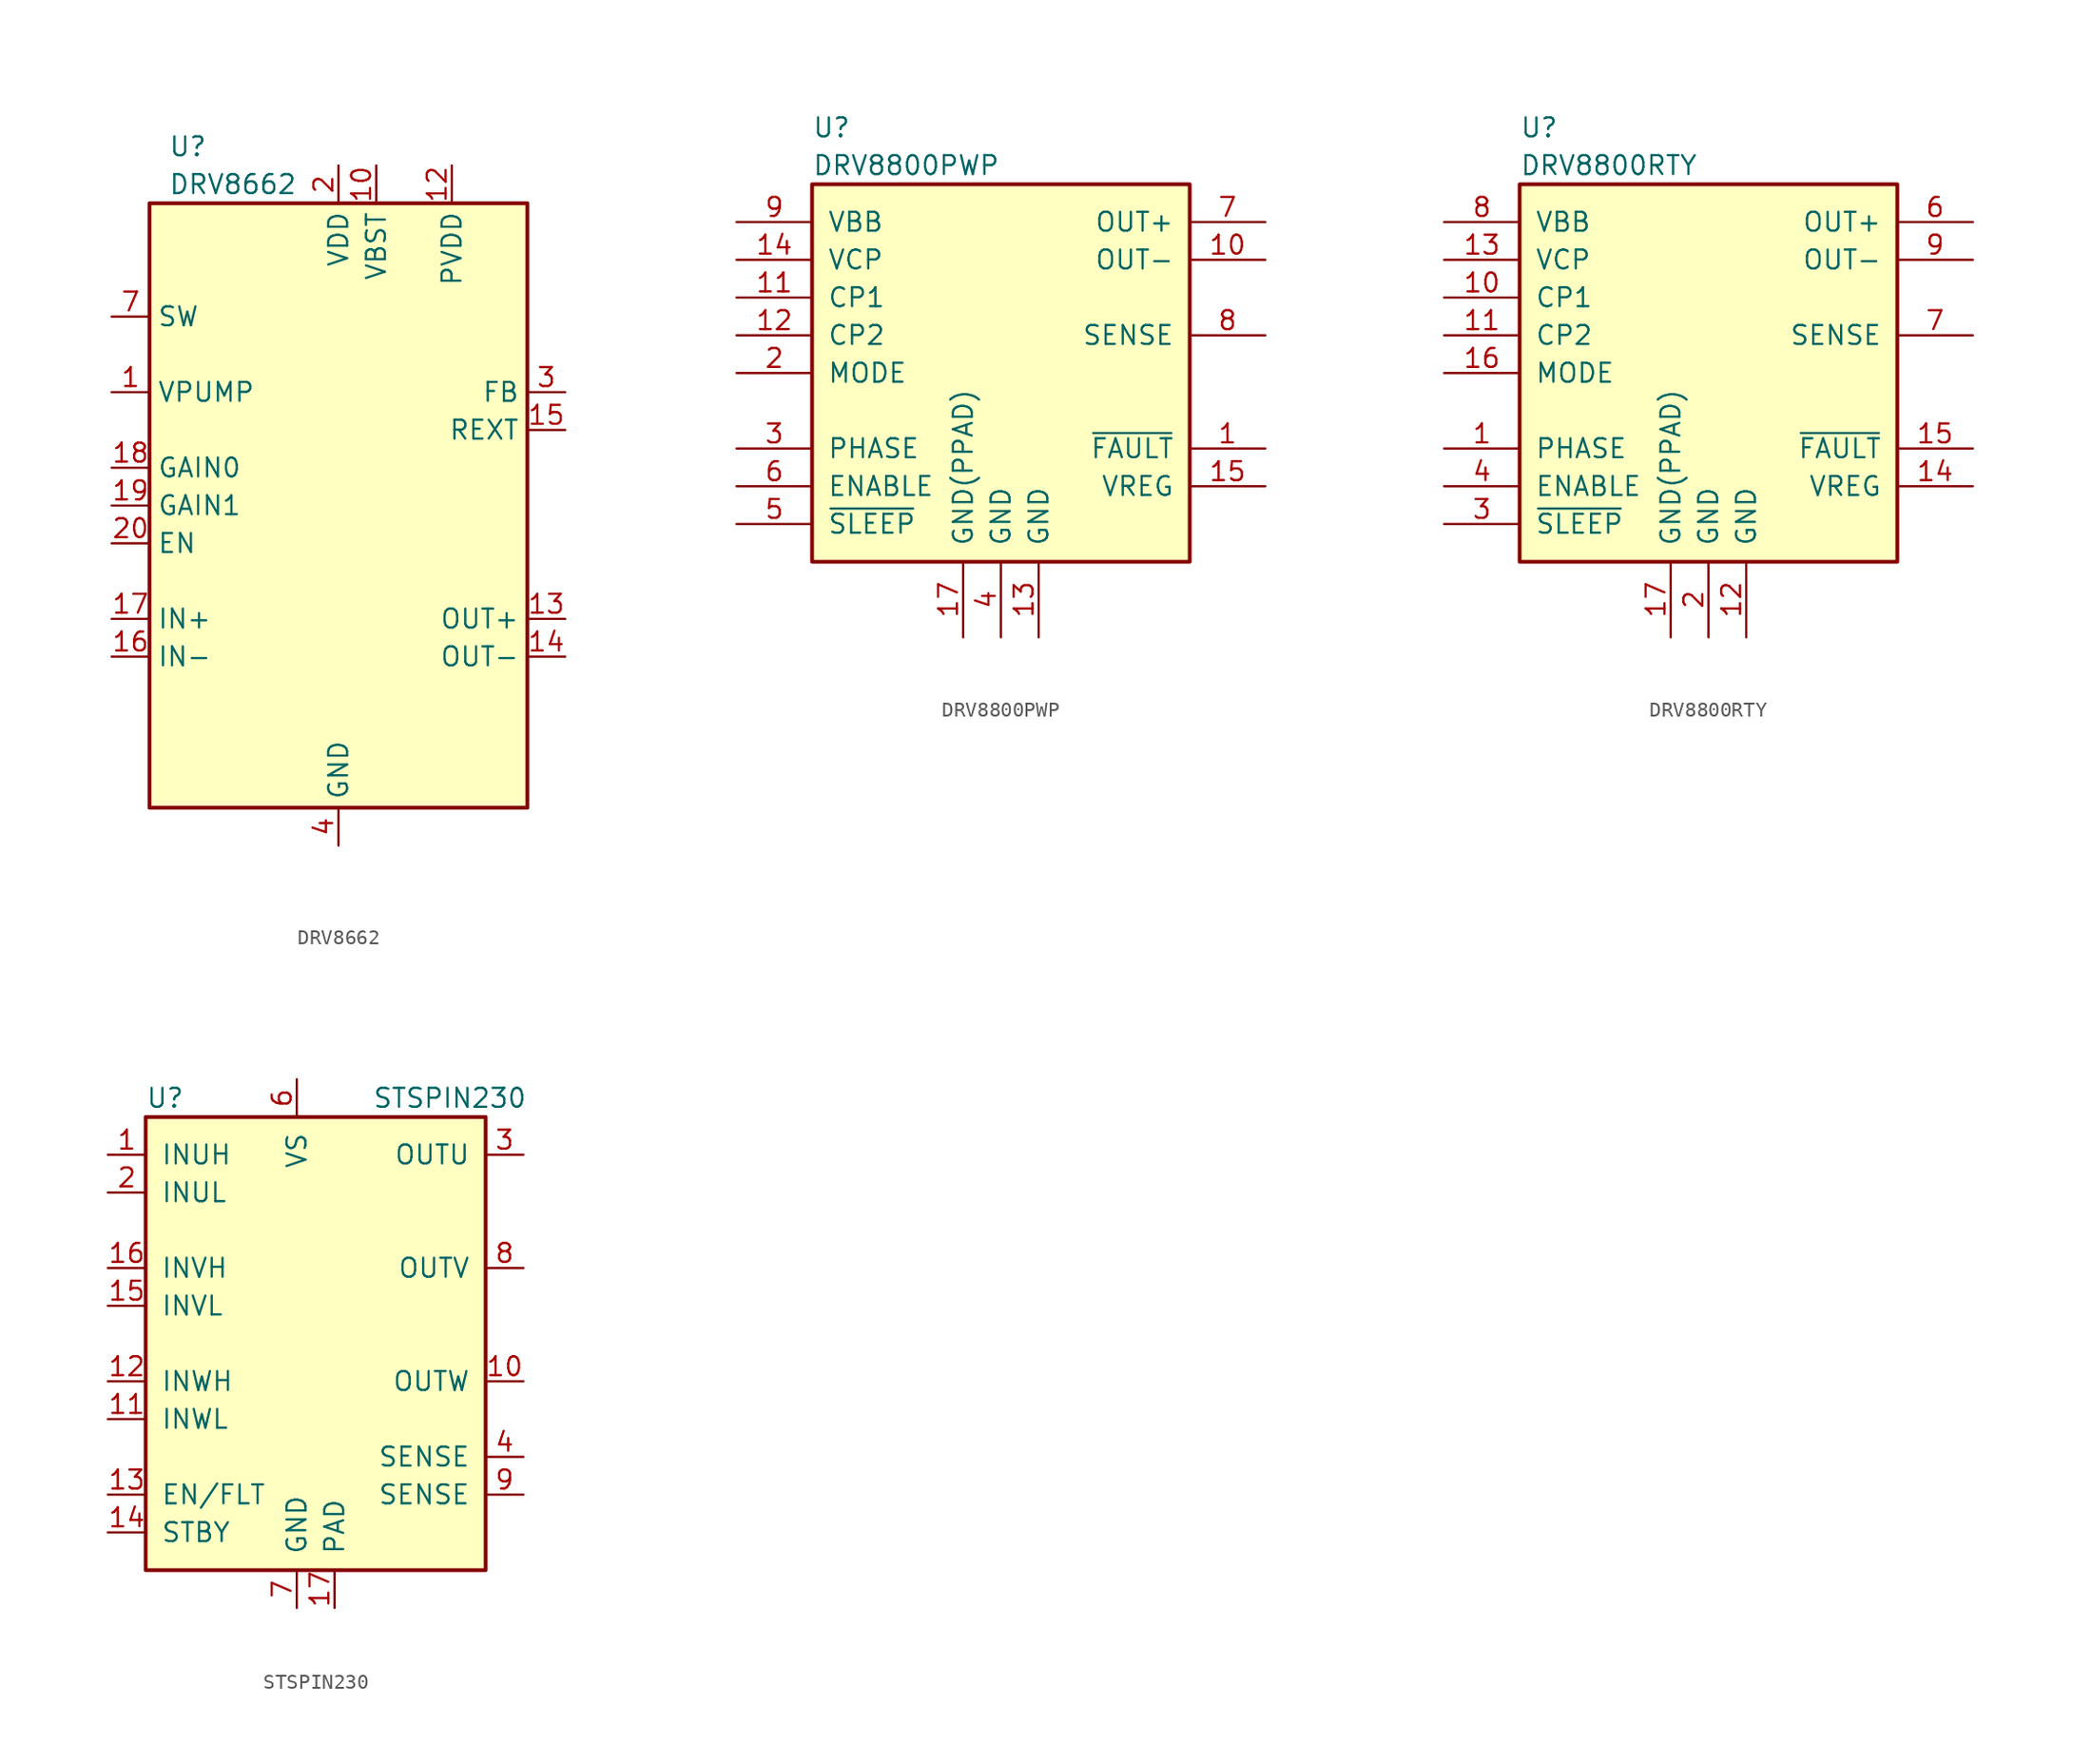
<source format=kicad_sym>
(kicad_symbol_lib
  (version 20220914)
  (generator kicad_symbol_editor)
  (symbol "DRV8662"
    (property "Reference" "U"
      (at -11.43 24.13 0)
      (effects (font (size 1.27 1.27)) (justify left)))
    (property "Value" "DRV8662"
      (at -11.43 21.59 0)
      (effects (font (size 1.27 1.27)) (justify left)))
    (symbol "DRV8662_0_1"
      (rectangle (start -12.7 20.32) (end 12.7 -20.32) (stroke (width 0.254) (type default)) (fill (type background))))
    (symbol "DRV8662_1_1"
      (pin output line (at -15.24 7.62 0) (length 2.54) (name "VPUMP" (effects (font (size 1.27 1.27)))) (number "1" (effects (font (size 1.27 1.27)))))
      (pin power_out line (at 2.54 22.86 270) (length 2.54) (name "VBST" (effects (font (size 1.27 1.27)))) (number "10" (effects (font (size 1.27 1.27)))))
      (pin passive line (at 2.54 22.86 270) (length 2.54) hide (name "VBST" (effects (font (size 1.27 1.27)))) (number "11" (effects (font (size 1.27 1.27)))))
      (pin power_in line (at 7.62 22.86 270) (length 2.54) (name "PVDD" (effects (font (size 1.27 1.27)))) (number "12" (effects (font (size 1.27 1.27)))))
      (pin output line (at 15.24 -7.62 180) (length 2.54) (name "OUT+" (effects (font (size 1.27 1.27)))) (number "13" (effects (font (size 1.27 1.27)))))
      (pin output line (at 15.24 -10.16 180) (length 2.54) (name "OUT-" (effects (font (size 1.27 1.27)))) (number "14" (effects (font (size 1.27 1.27)))))
      (pin input line (at 15.24 5.08 180) (length 2.54) (name "REXT" (effects (font (size 1.27 1.27)))) (number "15" (effects (font (size 1.27 1.27)))))
      (pin input line (at -15.24 -10.16 0) (length 2.54) (name "IN-" (effects (font (size 1.27 1.27)))) (number "16" (effects (font (size 1.27 1.27)))))
      (pin input line (at -15.24 -7.62 0) (length 2.54) (name "IN+" (effects (font (size 1.27 1.27)))) (number "17" (effects (font (size 1.27 1.27)))))
      (pin input line (at -15.24 2.54 0) (length 2.54) (name "GAIN0" (effects (font (size 1.27 1.27)))) (number "18" (effects (font (size 1.27 1.27)))))
      (pin input line (at -15.24 0 0) (length 2.54) (name "GAIN1" (effects (font (size 1.27 1.27)))) (number "19" (effects (font (size 1.27 1.27)))))
      (pin power_in line (at 0 22.86 270) (length 2.54) (name "VDD" (effects (font (size 1.27 1.27)))) (number "2" (effects (font (size 1.27 1.27)))))
      (pin input line (at -15.24 -2.54 0) (length 2.54) (name "EN" (effects (font (size 1.27 1.27)))) (number "20" (effects (font (size 1.27 1.27)))))
      (pin passive line (at 0 -22.86 90) (length 2.54) hide (name "GND" (effects (font (size 1.27 1.27)))) (number "21" (effects (font (size 1.27 1.27)))))
      (pin input line (at 15.24 7.62 180) (length 2.54) (name "FB" (effects (font (size 1.27 1.27)))) (number "3" (effects (font (size 1.27 1.27)))))
      (pin power_in line (at 0 -22.86 90) (length 2.54) (name "GND" (effects (font (size 1.27 1.27)))) (number "4" (effects (font (size 1.27 1.27)))))
      (pin passive line (at 0 -22.86 90) (length 2.54) hide (name "GND" (effects (font (size 1.27 1.27)))) (number "5" (effects (font (size 1.27 1.27)))))
      (pin passive line (at 0 -22.86 90) (length 2.54) hide (name "GND" (effects (font (size 1.27 1.27)))) (number "6" (effects (font (size 1.27 1.27)))))
      (pin input line (at -15.24 12.7 0) (length 2.54) (name "SW" (effects (font (size 1.27 1.27)))) (number "7" (effects (font (size 1.27 1.27)))))
      (pin input line (at -15.24 12.7 0) (length 2.54) hide (name "SW" (effects (font (size 1.27 1.27)))) (number "8" (effects (font (size 1.27 1.27)))))
      (pin no_connect line (at -15.24 -15.24 0) (length 2.54) hide (name "NC" (effects (font (size 1.27 1.27)))) (number "9" (effects (font (size 1.27 1.27)))))))
  (symbol "DRV8800PWP"
    (pin_names
      (offset 1.016))
    (property "Reference" "U"
      (at -12.7 16.51 0)
      (effects (font (size 1.27 1.27)) (justify left)))
    (property "Value" "DRV8800PWP"
      (at -12.7 13.97 0)
      (effects (font (size 1.27 1.27)) (justify left)))
    (symbol "DRV8800PWP_0_1"
      (rectangle (start -12.7 12.7) (end 12.7 -12.7) (stroke (width 0.254) (type default)) (fill (type background))))
    (symbol "DRV8800PWP_1_1"
      (pin open_collector line (at 17.78 -5.08 180) (length 5.08) (name "~{FAULT}" (effects (font (size 1.27 1.27)))) (number "1" (effects (font (size 1.27 1.27)))))
      (pin power_out line (at 17.78 7.62 180) (length 5.08) (name "OUT-" (effects (font (size 1.27 1.27)))) (number "10" (effects (font (size 1.27 1.27)))))
      (pin power_in line (at -17.78 5.08 0) (length 5.08) (name "CP1" (effects (font (size 1.27 1.27)))) (number "11" (effects (font (size 1.27 1.27)))))
      (pin power_in line (at -17.78 2.54 0) (length 5.08) (name "CP2" (effects (font (size 1.27 1.27)))) (number "12" (effects (font (size 1.27 1.27)))))
      (pin power_in line (at 2.54 -17.78 90) (length 5.08) (name "GND" (effects (font (size 1.27 1.27)))) (number "13" (effects (font (size 1.27 1.27)))))
      (pin power_in line (at -17.78 7.62 0) (length 5.08) (name "VCP" (effects (font (size 1.27 1.27)))) (number "14" (effects (font (size 1.27 1.27)))))
      (pin output line (at 17.78 -7.62 180) (length 5.08) (name "VREG" (effects (font (size 1.27 1.27)))) (number "15" (effects (font (size 1.27 1.27)))))
      (pin no_connect line (at -17.78 -2.54 0) (length 5.08) hide (name "NC" (effects (font (size 1.27 1.27)))) (number "16" (effects (font (size 1.27 1.27)))))
      (pin power_in line (at -2.54 -17.78 90) (length 5.08) (name "GND(PPAD)" (effects (font (size 1.27 1.27)))) (number "17" (effects (font (size 1.27 1.27)))))
      (pin input line (at -17.78 0 0) (length 5.08) (name "MODE" (effects (font (size 1.27 1.27)))) (number "2" (effects (font (size 1.27 1.27)))))
      (pin input line (at -17.78 -5.08 0) (length 5.08) (name "PHASE" (effects (font (size 1.27 1.27)))) (number "3" (effects (font (size 1.27 1.27)))))
      (pin power_in line (at 0 -17.78 90) (length 5.08) (name "GND" (effects (font (size 1.27 1.27)))) (number "4" (effects (font (size 1.27 1.27)))))
      (pin input line (at -17.78 -10.16 0) (length 5.08) (name "~{SLEEP}" (effects (font (size 1.27 1.27)))) (number "5" (effects (font (size 1.27 1.27)))))
      (pin input line (at -17.78 -7.62 0) (length 5.08) (name "ENABLE" (effects (font (size 1.27 1.27)))) (number "6" (effects (font (size 1.27 1.27)))))
      (pin power_out line (at 17.78 10.16 180) (length 5.08) (name "OUT+" (effects (font (size 1.27 1.27)))) (number "7" (effects (font (size 1.27 1.27)))))
      (pin power_out line (at 17.78 2.54 180) (length 5.08) (name "SENSE" (effects (font (size 1.27 1.27)))) (number "8" (effects (font (size 1.27 1.27)))))
      (pin power_in line (at -17.78 10.16 0) (length 5.08) (name "VBB" (effects (font (size 1.27 1.27)))) (number "9" (effects (font (size 1.27 1.27)))))))
  (symbol "DRV8800RTY"
    (pin_names
      (offset 1.016))
    (property "Reference" "U"
      (at -12.7 16.51 0)
      (effects (font (size 1.27 1.27)) (justify left)))
    (property "Value" "DRV8800RTY"
      (at -12.7 13.97 0)
      (effects (font (size 1.27 1.27)) (justify left)))
    (symbol "DRV8800RTY_0_1"
      (rectangle (start -12.7 12.7) (end 12.7 -12.7) (stroke (width 0.254) (type default)) (fill (type background))))
    (symbol "DRV8800RTY_1_1"
      (pin input line (at -17.78 -5.08 0) (length 5.08) (name "PHASE" (effects (font (size 1.27 1.27)))) (number "1" (effects (font (size 1.27 1.27)))))
      (pin power_in line (at -17.78 5.08 0) (length 5.08) (name "CP1" (effects (font (size 1.27 1.27)))) (number "10" (effects (font (size 1.27 1.27)))))
      (pin power_in line (at -17.78 2.54 0) (length 5.08) (name "CP2" (effects (font (size 1.27 1.27)))) (number "11" (effects (font (size 1.27 1.27)))))
      (pin power_in line (at 2.54 -17.78 90) (length 5.08) (name "GND" (effects (font (size 1.27 1.27)))) (number "12" (effects (font (size 1.27 1.27)))))
      (pin power_in line (at -17.78 7.62 0) (length 5.08) (name "VCP" (effects (font (size 1.27 1.27)))) (number "13" (effects (font (size 1.27 1.27)))))
      (pin output line (at 17.78 -7.62 180) (length 5.08) (name "VREG" (effects (font (size 1.27 1.27)))) (number "14" (effects (font (size 1.27 1.27)))))
      (pin open_collector line (at 17.78 -5.08 180) (length 5.08) (name "~{FAULT}" (effects (font (size 1.27 1.27)))) (number "15" (effects (font (size 1.27 1.27)))))
      (pin input line (at -17.78 0 0) (length 5.08) (name "MODE" (effects (font (size 1.27 1.27)))) (number "16" (effects (font (size 1.27 1.27)))))
      (pin power_in line (at -2.54 -17.78 90) (length 5.08) (name "GND(PPAD)" (effects (font (size 1.27 1.27)))) (number "17" (effects (font (size 1.27 1.27)))))
      (pin power_in line (at 0 -17.78 90) (length 5.08) (name "GND" (effects (font (size 1.27 1.27)))) (number "2" (effects (font (size 1.27 1.27)))))
      (pin input line (at -17.78 -10.16 0) (length 5.08) (name "~{SLEEP}" (effects (font (size 1.27 1.27)))) (number "3" (effects (font (size 1.27 1.27)))))
      (pin input line (at -17.78 -7.62 0) (length 5.08) (name "ENABLE" (effects (font (size 1.27 1.27)))) (number "4" (effects (font (size 1.27 1.27)))))
      (pin no_connect line (at -17.78 -2.54 0) (length 5.08) hide (name "NC" (effects (font (size 1.27 1.27)))) (number "5" (effects (font (size 1.27 1.27)))))
      (pin power_out line (at 17.78 10.16 180) (length 5.08) (name "OUT+" (effects (font (size 1.27 1.27)))) (number "6" (effects (font (size 1.27 1.27)))))
      (pin power_out line (at 17.78 2.54 180) (length 5.08) (name "SENSE" (effects (font (size 1.27 1.27)))) (number "7" (effects (font (size 1.27 1.27)))))
      (pin power_in line (at -17.78 10.16 0) (length 5.08) (name "VBB" (effects (font (size 1.27 1.27)))) (number "8" (effects (font (size 1.27 1.27)))))
      (pin power_out line (at 17.78 7.62 180) (length 5.08) (name "OUT-" (effects (font (size 1.27 1.27)))) (number "9" (effects (font (size 1.27 1.27)))))))
  (symbol "STSPIN230"
    (pin_names
      (offset 1.016))
    (property "Reference" "U"
      (at -10.16 16.51 0)
      (effects (font (size 1.27 1.27)) (justify left)))
    (property "Value" "STSPIN230"
      (at 5.08 16.51 0)
      (effects (font (size 1.27 1.27)) (justify left)))
    (symbol "STSPIN230_0_1"
      (rectangle (start -10.16 15.24) (end 12.7 -15.24) (stroke (width 0.254) (type default)) (fill (type background))))
    (symbol "STSPIN230_1_1"
      (pin input line (at -12.7 12.7 0) (length 2.54) (name "INUH" (effects (font (size 1.27 1.27)))) (number "1" (effects (font (size 1.27 1.27)))))
      (pin power_out line (at 15.24 -2.54 180) (length 2.54) (name "OUTW" (effects (font (size 1.27 1.27)))) (number "10" (effects (font (size 1.27 1.27)))))
      (pin input line (at -12.7 -5.08 0) (length 2.54) (name "INWL" (effects (font (size 1.27 1.27)))) (number "11" (effects (font (size 1.27 1.27)))))
      (pin input line (at -12.7 -2.54 0) (length 2.54) (name "INWH" (effects (font (size 1.27 1.27)))) (number "12" (effects (font (size 1.27 1.27)))))
      (pin bidirectional line (at -12.7 -10.16 0) (length 2.54) (name "EN/FLT" (effects (font (size 1.27 1.27)))) (number "13" (effects (font (size 1.27 1.27)))))
      (pin input line (at -12.7 -12.7 0) (length 2.54) (name "STBY" (effects (font (size 1.27 1.27)))) (number "14" (effects (font (size 1.27 1.27)))))
      (pin input line (at -12.7 2.54 0) (length 2.54) (name "INVL" (effects (font (size 1.27 1.27)))) (number "15" (effects (font (size 1.27 1.27)))))
      (pin input line (at -12.7 5.08 0) (length 2.54) (name "INVH" (effects (font (size 1.27 1.27)))) (number "16" (effects (font (size 1.27 1.27)))))
      (pin power_in line (at 2.54 -17.78 90) (length 2.54) (name "PAD" (effects (font (size 1.27 1.27)))) (number "17" (effects (font (size 1.27 1.27)))))
      (pin input line (at -12.7 10.16 0) (length 2.54) (name "INUL" (effects (font (size 1.27 1.27)))) (number "2" (effects (font (size 1.27 1.27)))))
      (pin power_out line (at 15.24 12.7 180) (length 2.54) (name "OUTU" (effects (font (size 1.27 1.27)))) (number "3" (effects (font (size 1.27 1.27)))))
      (pin input line (at 15.24 -7.62 180) (length 2.54) (name "SENSE" (effects (font (size 1.27 1.27)))) (number "4" (effects (font (size 1.27 1.27)))))
      (pin no_connect line (at 5.08 -17.78 90) (length 2.54) hide (name "NC" (effects (font (size 1.27 1.27)))) (number "5" (effects (font (size 1.27 1.27)))))
      (pin power_in line (at 0 17.78 270) (length 2.54) (name "VS" (effects (font (size 1.27 1.27)))) (number "6" (effects (font (size 1.27 1.27)))))
      (pin power_in line (at 0 -17.78 90) (length 2.54) (name "GND" (effects (font (size 1.27 1.27)))) (number "7" (effects (font (size 1.27 1.27)))))
      (pin power_out line (at 15.24 5.08 180) (length 2.54) (name "OUTV" (effects (font (size 1.27 1.27)))) (number "8" (effects (font (size 1.27 1.27)))))
      (pin input line (at 15.24 -10.16 180) (length 2.54) (name "SENSE" (effects (font (size 1.27 1.27)))) (number "9" (effects (font (size 1.27 1.27))))))))
</source>
